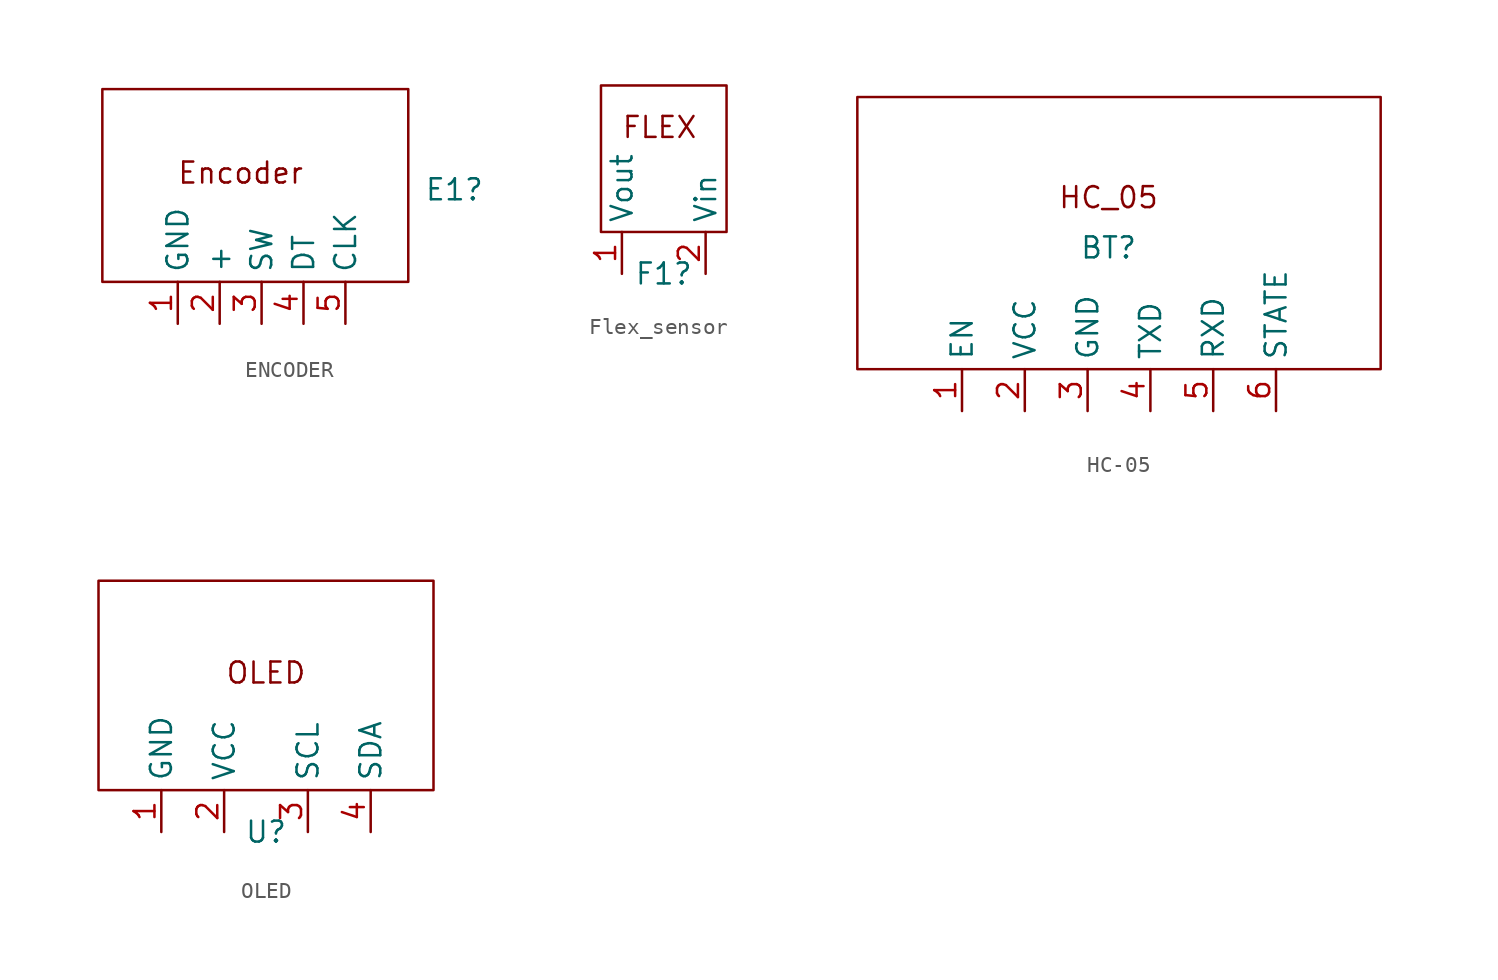
<source format=kicad_sym>
(kicad_symbol_lib
  (version 20231120)
  (generator "kicad_symbol_editor")
  (generator_version "8.0")
  (symbol "ENCODER"
    (property "Reference" "E1"
      (at 12.954 8.128 0)
      (effects (font (size 1.27 1.27))))
    (property "Value" ""
      (at 0 0 0)
      (effects (font (size 1.27 1.27))))
    (symbol "ENCODER_0_1"
      (rectangle (start -8.382 14.224) (end 10.16 2.54) (stroke (width 0) (type default)) (fill (type none))))
    (symbol "ENCODER_1_0"
      (pin output line (at 3.81 0 90) (length 2.54) (name "DT" (effects (font (size 1.27 1.27)))) (number "4" (effects (font (size 1.27 1.27))))))
    (symbol "ENCODER_1_1"
      (text "Encoder" (at 0 9.144 0) (effects (font (size 1.27 1.27))))
      (pin input line (at -3.81 0 90) (length 2.54) (name "GND" (effects (font (size 1.27 1.27)))) (number "1" (effects (font (size 1.27 1.27)))))
      (pin input line (at -1.27 0 90) (length 2.54) (name "+" (effects (font (size 1.27 1.27)))) (number "2" (effects (font (size 1.27 1.27)))))
      (pin output line (at 1.27 0 90) (length 2.54) (name "SW" (effects (font (size 1.27 1.27)))) (number "3" (effects (font (size 1.27 1.27)))))
      (pin input line (at 6.35 0 90) (length 2.54) (name "CLK" (effects (font (size 1.27 1.27)))) (number "5" (effects (font (size 1.27 1.27)))))))
  (symbol "Flex_sensor"
    (property "Reference" "F1"
      (at 0 0 0)
      (effects (font (size 1.27 1.27))))
    (property "Value" ""
      (at 0 0 0)
      (effects (font (size 1.27 1.27))))
    (symbol "Flex_sensor_0_1"
      (rectangle (start -3.81 11.43) (end 3.81 2.54) (stroke (width 0) (type default)) (fill (type none))))
    (symbol "Flex_sensor_1_1"
      (text "FLEX" (at -0.254 8.89 0) (effects (font (size 1.27 1.27))))
      (pin input line (at -2.54 0 90) (length 2.54) (name "Vout" (effects (font (size 1.27 1.27)))) (number "1" (effects (font (size 1.27 1.27)))))
      (pin input line (at 2.54 0 90) (length 2.54) (name "Vin" (effects (font (size 1.27 1.27)))) (number "2" (effects (font (size 1.27 1.27)))))))
  (symbol "HC-05"
    (property "Reference" "BT"
      (at 0 9.906 0)
      (effects (font (size 1.27 1.27))))
    (property "Value" ""
      (at -5.08 0 0)
      (effects (font (size 1.27 1.27))))
    (symbol "HC-05_0_1"
      (rectangle (start -15.24 19.05) (end 16.51 2.54) (stroke (width 0) (type default)) (fill (type none))))
    (symbol "HC-05_1_1"
      (text "HC_05\n" (at 0 12.954 0) (effects (font (size 1.27 1.27))))
      (pin input line (at -8.89 0 90) (length 2.54) (name "EN" (effects (font (size 1.27 1.27)))) (number "1" (effects (font (size 1.27 1.27)))))
      (pin input line (at -5.08 0 90) (length 2.54) (name "VCC" (effects (font (size 1.27 1.27)))) (number "2" (effects (font (size 1.27 1.27)))))
      (pin input line (at -1.27 0 90) (length 2.54) (name "GND" (effects (font (size 1.27 1.27)))) (number "3" (effects (font (size 1.27 1.27)))))
      (pin output line (at 2.54 0 90) (length 2.54) (name "TXD" (effects (font (size 1.27 1.27)))) (number "4" (effects (font (size 1.27 1.27)))))
      (pin input line (at 6.35 0 90) (length 2.54) (name "RXD" (effects (font (size 1.27 1.27)))) (number "5" (effects (font (size 1.27 1.27)))))
      (pin output line (at 10.16 0 90) (length 2.54) (name "STATE" (effects (font (size 1.27 1.27)))) (number "6" (effects (font (size 1.27 1.27)))))))
  (symbol "OLED"
    (property "Reference" "U"
      (at 0 0 0)
      (effects (font (size 1.27 1.27))))
    (property "Value" ""
      (at 0 0 0)
      (effects (font (size 1.27 1.27))))
    (symbol "OLED_0_1"
      (rectangle (start -10.16 15.24) (end 10.16 2.54) (stroke (width 0) (type default)) (fill (type none))))
    (symbol "OLED_1_1"
      (text "OLED" (at 0 9.652 0) (effects (font (size 1.27 1.27))))
      (pin input line (at -6.35 0 90) (length 2.54) (name "GND" (effects (font (size 1.27 1.27)))) (number "1" (effects (font (size 1.27 1.27)))))
      (pin input line (at -2.54 0 90) (length 2.54) (name "VCC" (effects (font (size 1.27 1.27)))) (number "2" (effects (font (size 1.27 1.27)))))
      (pin input line (at 2.54 0 90) (length 2.54) (name "SCL" (effects (font (size 1.27 1.27)))) (number "3" (effects (font (size 1.27 1.27)))))
      (pin input line (at 6.35 0 90) (length 2.54) (name "SDA" (effects (font (size 1.27 1.27)))) (number "4" (effects (font (size 1.27 1.27))))))))
</source>
